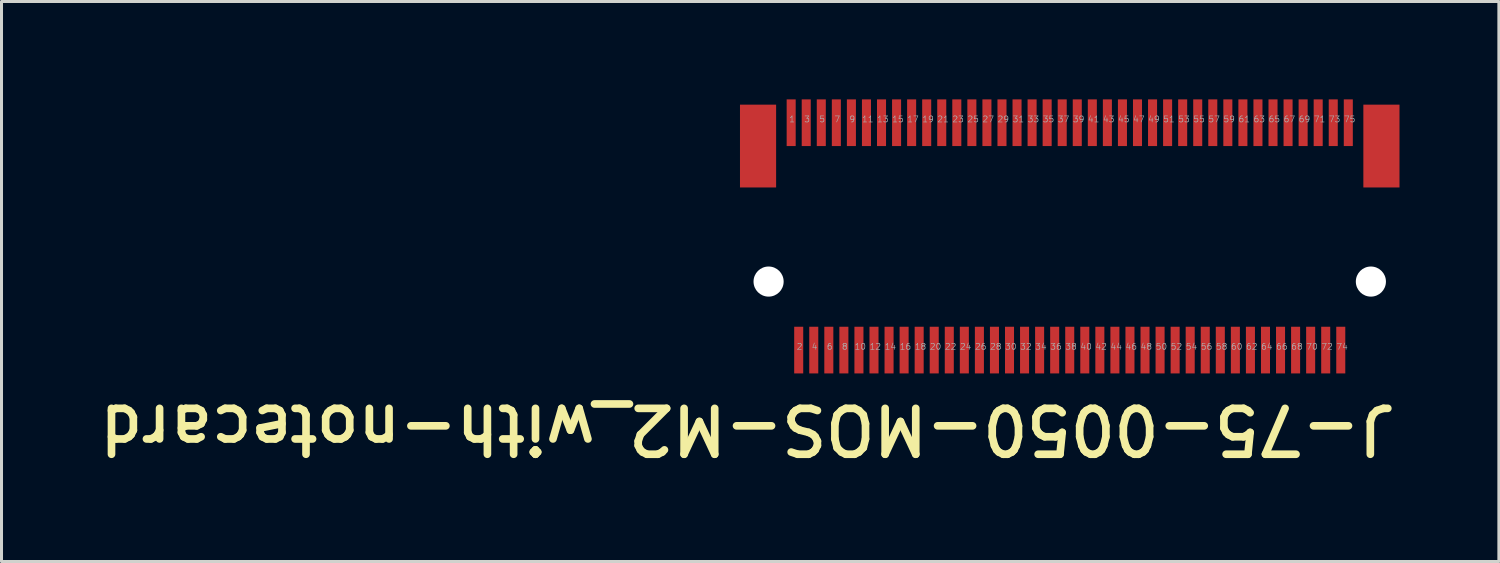
<source format=kicad_pcb>
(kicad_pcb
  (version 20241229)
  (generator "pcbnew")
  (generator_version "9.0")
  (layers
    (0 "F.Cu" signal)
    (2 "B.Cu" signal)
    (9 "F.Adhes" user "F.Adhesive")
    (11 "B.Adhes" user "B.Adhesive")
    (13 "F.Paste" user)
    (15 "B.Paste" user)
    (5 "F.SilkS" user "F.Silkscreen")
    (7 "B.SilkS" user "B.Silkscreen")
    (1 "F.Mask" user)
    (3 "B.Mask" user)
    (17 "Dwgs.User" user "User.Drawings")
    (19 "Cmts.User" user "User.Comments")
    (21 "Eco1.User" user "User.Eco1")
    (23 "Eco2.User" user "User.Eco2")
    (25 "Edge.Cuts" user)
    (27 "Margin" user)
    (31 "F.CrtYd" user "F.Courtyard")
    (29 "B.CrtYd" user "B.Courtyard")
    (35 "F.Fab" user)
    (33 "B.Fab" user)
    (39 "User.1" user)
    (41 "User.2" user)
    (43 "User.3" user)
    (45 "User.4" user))
  (footprint "J-75-0050-MOS-M2_with-notecard"
    (layer "F.Cu")
    (at 32.472 4.8)
    (property "Reference" "J-75-0050-MOS-M2_with-notecard" (at 10.947 5.51 180) (unlocked yes) (layer "F.SilkS") (effects (font (size 1.524 1.524) (thickness 0.254)) (justify left bottom)))
    (fp_poly (pts (xy -11.2 -4.75) (xy 11.2 -4.75) (xy 11.2 4.75) (xy -11.2 4.75)) (stroke (width 0.1) (type default)) (fill no) (layer "User.7"))
    (fp_text user "74" (at 8.84 3.775 0) (unlocked yes) (layer "F.Fab") (effects (font (size 0.2 0.2) (thickness 0.02)) (justify left bottom)))
    (fp_text user "6" (at -8.08 3.775 0) (unlocked yes) (layer "F.Fab") (effects (font (size 0.2 0.2) (thickness 0.02)) (justify left bottom)))
    (fp_text user "9" (at -7.33 -3.775 0) (unlocked yes) (layer "F.Fab") (effects (font (size 0.2 0.2) (thickness 0.02)) (justify left bottom)))
    (fp_text user "58" (at 4.84 3.775 0) (unlocked yes) (layer "F.Fab") (effects (font (size 0.2 0.2) (thickness 0.02)) (justify left bottom)))
    (fp_text user "53" (at 3.59 -3.775 0) (unlocked yes) (layer "F.Fab") (effects (font (size 0.2 0.2) (thickness 0.02)) (justify left bottom)))
    (fp_text user "62" (at 5.84 3.775 0) (unlocked yes) (layer "F.Fab") (effects (font (size 0.2 0.2) (thickness 0.02)) (justify left bottom)))
    (fp_text user "20" (at -4.66 3.775 0) (unlocked yes) (layer "F.Fab") (effects (font (size 0.2 0.2) (thickness 0.02)) (justify left bottom)))
    (fp_text user "64" (at 6.34 3.775 0) (unlocked yes) (layer "F.Fab") (effects (font (size 0.2 0.2) (thickness 0.02)) (justify left bottom)))
    (fp_text user "17" (at -5.41 -3.775 0) (unlocked yes) (layer "F.Fab") (effects (font (size 0.2 0.2) (thickness 0.02)) (justify left bottom)))
    (fp_text user "48" (at 2.34 3.775 0) (unlocked yes) (layer "F.Fab") (effects (font (size 0.2 0.2) (thickness 0.02)) (justify left bottom)))
    (fp_text user "54" (at 3.84 3.775 0) (unlocked yes) (layer "F.Fab") (effects (font (size 0.2 0.2) (thickness 0.02)) (justify left bottom)))
    (fp_text user "67" (at 7.09 -3.775 0) (unlocked yes) (layer "F.Fab") (effects (font (size 0.2 0.2) (thickness 0.02)) (justify left bottom)))
    (fp_text user "16" (at -5.66 3.775 0) (unlocked yes) (layer "F.Fab") (effects (font (size 0.2 0.2) (thickness 0.02)) (justify left bottom)))
    (fp_text user "69" (at 7.59 -3.775 0) (unlocked yes) (layer "F.Fab") (effects (font (size 0.2 0.2) (thickness 0.02)) (justify left bottom)))
    (fp_text user "60" (at 5.34 3.775 0) (unlocked yes) (layer "F.Fab") (effects (font (size 0.2 0.2) (thickness 0.02)) (justify left bottom)))
    (fp_text user "44" (at 1.34 3.775 0) (unlocked yes) (layer "F.Fab") (effects (font (size 0.2 0.2) (thickness 0.02)) (justify left bottom)))
    (fp_text user "46" (at 1.84 3.775 0) (unlocked yes) (layer "F.Fab") (effects (font (size 0.2 0.2) (thickness 0.02)) (justify left bottom)))
    (fp_text user "15" (at -5.91 -3.775 0) (unlocked yes) (layer "F.Fab") (effects (font (size 0.2 0.2) (thickness 0.02)) (justify left bottom)))
    (fp_text user "49" (at 2.59 -3.775 0) (unlocked yes) (layer "F.Fab") (effects (font (size 0.2 0.2) (thickness 0.02)) (justify left bottom)))
    (fp_text user "19" (at -4.91 -3.775 0) (unlocked yes) (layer "F.Fab") (effects (font (size 0.2 0.2) (thickness 0.02)) (justify left bottom)))
    (fp_text user "30" (at -2.16 3.775 0) (unlocked yes) (layer "F.Fab") (effects (font (size 0.2 0.2) (thickness 0.02)) (justify left bottom)))
    (fp_text user "3" (at -8.83 -3.775 0) (unlocked yes) (layer "F.Fab") (effects (font (size 0.2 0.2) (thickness 0.02)) (justify left bottom)))
    (fp_text user "57" (at 4.59 -3.775 0) (unlocked yes) (layer "F.Fab") (effects (font (size 0.2 0.2) (thickness 0.02)) (justify left bottom)))
    (fp_text user "65" (at 6.59 -3.775 0) (unlocked yes) (layer "F.Fab") (effects (font (size 0.2 0.2) (thickness 0.02)) (justify left bottom)))
    (fp_text user "68" (at 7.34 3.775 0) (unlocked yes) (layer "F.Fab") (effects (font (size 0.2 0.2) (thickness 0.02)) (justify left bottom)))
    (fp_text user "47" (at 2.09 -3.775 0) (unlocked yes) (layer "F.Fab") (effects (font (size 0.2 0.2) (thickness 0.02)) (justify left bottom)))
    (fp_text user "38" (at -0.16 3.775 0) (unlocked yes) (layer "F.Fab") (effects (font (size 0.2 0.2) (thickness 0.02)) (justify left bottom)))
    (fp_text user "18" (at -5.16 3.775 0) (unlocked yes) (layer "F.Fab") (effects (font (size 0.2 0.2) (thickness 0.02)) (justify left bottom)))
    (fp_text user "66" (at 6.84 3.775 0) (unlocked yes) (layer "F.Fab") (effects (font (size 0.2 0.2) (thickness 0.02)) (justify left bottom)))
    (fp_text user "36" (at -0.66 3.775 0) (unlocked yes) (layer "F.Fab") (effects (font (size 0.2 0.2) (thickness 0.02)) (justify left bottom)))
    (fp_text user "32" (at -1.66 3.775 0) (unlocked yes) (layer "F.Fab") (effects (font (size 0.2 0.2) (thickness 0.02)) (justify left bottom)))
    (fp_text user "52" (at 3.34 3.775 0) (unlocked yes) (layer "F.Fab") (effects (font (size 0.2 0.2) (thickness 0.02)) (justify left bottom)))
    (fp_text user "72" (at 8.34 3.775 0) (unlocked yes) (layer "F.Fab") (effects (font (size 0.2 0.2) (thickness 0.02)) (justify left bottom)))
    (fp_text user "50" (at 2.84 3.775 0) (unlocked yes) (layer "F.Fab") (effects (font (size 0.2 0.2) (thickness 0.02)) (justify left bottom)))
    (fp_text user "55" (at 4.09 -3.775 0) (unlocked yes) (layer "F.Fab") (effects (font (size 0.2 0.2) (thickness 0.02)) (justify left bottom)))
    (fp_text user "11" (at -6.91 -3.775 0) (unlocked yes) (layer "F.Fab") (effects (font (size 0.2 0.2) (thickness 0.02)) (justify left bottom)))
    (fp_text user "63" (at 6.09 -3.775 0) (unlocked yes) (layer "F.Fab") (effects (font (size 0.2 0.2) (thickness 0.02)) (justify left bottom)))
    (fp_text user "13" (at -6.41 -3.775 0) (unlocked yes) (layer "F.Fab") (effects (font (size 0.2 0.2) (thickness 0.02)) (justify left bottom)))
    (fp_text user "23" (at -3.91 -3.775 0) (unlocked yes) (layer "F.Fab") (effects (font (size 0.2 0.2) (thickness 0.02)) (justify left bottom)))
    (fp_text user "41" (at 0.59 -3.775 0) (unlocked yes) (layer "F.Fab") (effects (font (size 0.2 0.2) (thickness 0.02)) (justify left bottom)))
    (fp_text user "4" (at -8.58 3.775 0) (unlocked yes) (layer "F.Fab") (effects (font (size 0.2 0.2) (thickness 0.02)) (justify left bottom)))
    (fp_text user "7" (at -7.83 -3.775 0) (unlocked yes) (layer "F.Fab") (effects (font (size 0.2 0.2) (thickness 0.02)) (justify left bottom)))
    (fp_text user "27" (at -2.91 -3.775 0) (unlocked yes) (layer "F.Fab") (effects (font (size 0.2 0.2) (thickness 0.02)) (justify left bottom)))
    (fp_text user "33" (at -1.41 -3.775 0) (unlocked yes) (layer "F.Fab") (effects (font (size 0.2 0.2) (thickness 0.02)) (justify left bottom)))
    (fp_text user "12" (at -6.66 3.775 0) (unlocked yes) (layer "F.Fab") (effects (font (size 0.2 0.2) (thickness 0.02)) (justify left bottom)))
    (fp_text user "40" (at 0.34 3.775 0) (unlocked yes) (layer "F.Fab") (effects (font (size 0.2 0.2) (thickness 0.02)) (justify left bottom)))
    (fp_text user "26" (at -3.16 3.775 0) (unlocked yes) (layer "F.Fab") (effects (font (size 0.2 0.2) (thickness 0.02)) (justify left bottom)))
    (fp_text user "51" (at 3.09 -3.775 0) (unlocked yes) (layer "F.Fab") (effects (font (size 0.2 0.2) (thickness 0.02)) (justify left bottom)))
    (fp_text user "1" (at -9.33 -3.775 0) (unlocked yes) (layer "F.Fab") (effects (font (size 0.2 0.2) (thickness 0.02)) (justify left bottom)))
    (fp_text user "73" (at 8.59 -3.775 0) (unlocked yes) (layer "F.Fab") (effects (font (size 0.2 0.2) (thickness 0.02)) (justify left bottom)))
    (fp_text user "21" (at -4.41 -3.775 0) (unlocked yes) (layer "F.Fab") (effects (font (size 0.2 0.2) (thickness 0.02)) (justify left bottom)))
    (fp_text user "59" (at 5.09 -3.775 0) (unlocked yes) (layer "F.Fab") (effects (font (size 0.2 0.2) (thickness 0.02)) (justify left bottom)))
    (fp_text user "70" (at 7.84 3.775 0) (unlocked yes) (layer "F.Fab") (effects (font (size 0.2 0.2) (thickness 0.02)) (justify left bottom)))
    (fp_text user "5" (at -8.33 -3.775 0) (unlocked yes) (layer "F.Fab") (effects (font (size 0.2 0.2) (thickness 0.02)) (justify left bottom)))
    (fp_text user "43" (at 1.09 -3.775 0) (unlocked yes) (layer "F.Fab") (effects (font (size 0.2 0.2) (thickness 0.02)) (justify left bottom)))
    (fp_text user "39" (at 0.09 -3.775 0) (unlocked yes) (layer "F.Fab") (effects (font (size 0.2 0.2) (thickness 0.02)) (justify left bottom)))
    (fp_text user "75" (at 9.09 -3.775 0) (unlocked yes) (layer "F.Fab") (effects (font (size 0.2 0.2) (thickness 0.02)) (justify left bottom)))
    (fp_text user "10" (at -7.16 3.775 0) (unlocked yes) (layer "F.Fab") (effects (font (size 0.2 0.2) (thickness 0.02)) (justify left bottom)))
    (fp_text user "61" (at 5.59 -3.775 0) (unlocked yes) (layer "F.Fab") (effects (font (size 0.2 0.2) (thickness 0.02)) (justify left bottom)))
    (fp_text user "14" (at -6.16 3.775 0) (unlocked yes) (layer "F.Fab") (effects (font (size 0.2 0.2) (thickness 0.02)) (justify left bottom)))
    (fp_text user "45" (at 1.59 -3.775 0) (unlocked yes) (layer "F.Fab") (effects (font (size 0.2 0.2) (thickness 0.02)) (justify left bottom)))
    (fp_text user "56" (at 4.34 3.775 0) (unlocked yes) (layer "F.Fab") (effects (font (size 0.2 0.2) (thickness 0.02)) (justify left bottom)))
    (fp_text user "37" (at -0.41 -3.775 0) (unlocked yes) (layer "F.Fab") (effects (font (size 0.2 0.2) (thickness 0.02)) (justify left bottom)))
    (fp_text user "71" (at 8.09 -3.775 0) (unlocked yes) (layer "F.Fab") (effects (font (size 0.2 0.2) (thickness 0.02)) (justify left bottom)))
    (fp_text user "28" (at -2.66 3.775 0) (unlocked yes) (layer "F.Fab") (effects (font (size 0.2 0.2) (thickness 0.02)) (justify left bottom)))
    (fp_text user "31" (at -1.91 -3.775 0) (unlocked yes) (layer "F.Fab") (effects (font (size 0.2 0.2) (thickness 0.02)) (justify left bottom)))
    (fp_text user "25" (at -3.41 -3.775 0) (unlocked yes) (layer "F.Fab") (effects (font (size 0.2 0.2) (thickness 0.02)) (justify left bottom)))
    (fp_text user "22" (at -4.16 3.775 0) (unlocked yes) (layer "F.Fab") (effects (font (size 0.2 0.2) (thickness 0.02)) (justify left bottom)))
    (fp_text user "2" (at -9.08 3.775 0) (unlocked yes) (layer "F.Fab") (effects (font (size 0.2 0.2) (thickness 0.02)) (justify left bottom)))
    (fp_text user "8" (at -7.58 3.775 0) (unlocked yes) (layer "F.Fab") (effects (font (size 0.2 0.2) (thickness 0.02)) (justify left bottom)))
    (fp_text user "29" (at -2.41 -3.775 0) (unlocked yes) (layer "F.Fab") (effects (font (size 0.2 0.2) (thickness 0.02)) (justify left bottom)))
    (fp_text user "42" (at 0.84 3.775 0) (unlocked yes) (layer "F.Fab") (effects (font (size 0.2 0.2) (thickness 0.02)) (justify left bottom)))
    (fp_text user "24" (at -3.66 3.775 0) (unlocked yes) (layer "F.Fab") (effects (font (size 0.2 0.2) (thickness 0.02)) (justify left bottom)))
    (fp_text user "35" (at -0.91 -3.775 0) (unlocked yes) (layer "F.Fab") (effects (font (size 0.2 0.2) (thickness 0.02)) (justify left bottom)))
    (fp_text user "34" (at -1.16 3.775 0) (unlocked yes) (layer "F.Fab") (effects (font (size 0.2 0.2) (thickness 0.02)) (justify left bottom)))
    (pad "" smd rect (at -10.35 -3) (size 1.2 2.75) (layers "F.Cu" "F.Mask" "F.Paste"))
    (pad "" np_thru_hole circle (at -10 1.5) (size 1 1) (drill 1.1) (layers "*.Cu" "*.Mask"))
    (pad "" np_thru_hole circle (at 10 1.5) (size 1 1) (drill 1.6) (layers "*.Cu" "*.Mask"))
    (pad "" smd rect (at 10.35 -3) (size 1.2 2.75) (layers "F.Cu" "F.Mask" "F.Paste"))
    (pad "1" smd rect (at -9.25 -3.775) (size 0.3 1.55) (layers "F.Cu" "F.Mask" "F.Paste"))
    (pad "2" smd rect (at -9 3.775) (size 0.3 1.55) (layers "F.Cu" "F.Mask" "F.Paste"))
    (pad "3" smd rect (at -8.75 -3.775) (size 0.3 1.55) (layers "F.Cu" "F.Mask" "F.Paste"))
    (pad "4" smd rect (at -8.5 3.775) (size 0.3 1.55) (layers "F.Cu" "F.Mask" "F.Paste"))
    (pad "5" smd rect (at -8.25 -3.775) (size 0.3 1.55) (layers "F.Cu" "F.Mask" "F.Paste"))
    (pad "6" smd rect (at -8 3.775) (size 0.3 1.55) (layers "F.Cu" "F.Mask" "F.Paste"))
    (pad "7" smd rect (at -7.75 -3.775) (size 0.3 1.55) (layers "F.Cu" "F.Mask" "F.Paste"))
    (pad "8" smd rect (at -7.5 3.775) (size 0.3 1.55) (layers "F.Cu" "F.Mask" "F.Paste"))
    (pad "9" smd rect (at -7.25 -3.775) (size 0.3 1.55) (layers "F.Cu" "F.Mask" "F.Paste"))
    (pad "10" smd rect (at -7 3.775) (size 0.3 1.55) (layers "F.Cu" "F.Mask" "F.Paste"))
    (pad "11" smd rect (at -6.75 -3.775) (size 0.3 1.55) (layers "F.Cu" "F.Mask" "F.Paste"))
    (pad "12" smd rect (at -6.5 3.775) (size 0.3 1.55) (layers "F.Cu" "F.Mask" "F.Paste"))
    (pad "13" smd rect (at -6.25 -3.775) (size 0.3 1.55) (layers "F.Cu" "F.Mask" "F.Paste"))
    (pad "14" smd rect (at -6 3.775) (size 0.3 1.55) (layers "F.Cu" "F.Mask" "F.Paste"))
    (pad "15" smd rect (at -5.75 -3.775) (size 0.3 1.55) (layers "F.Cu" "F.Mask" "F.Paste"))
    (pad "16" smd rect (at -5.5 3.775) (size 0.3 1.55) (layers "F.Cu" "F.Mask" "F.Paste"))
    (pad "17" smd rect (at -5.25 -3.775) (size 0.3 1.55) (layers "F.Cu" "F.Mask" "F.Paste"))
    (pad "18" smd rect (at -5 3.775) (size 0.3 1.55) (layers "F.Cu" "F.Mask" "F.Paste"))
    (pad "19" smd rect (at -4.75 -3.775) (size 0.3 1.55) (layers "F.Cu" "F.Mask" "F.Paste"))
    (pad "20" smd rect (at -4.5 3.775) (size 0.3 1.55) (layers "F.Cu" "F.Mask" "F.Paste"))
    (pad "21" smd rect (at -4.25 -3.775) (size 0.3 1.55) (layers "F.Cu" "F.Mask" "F.Paste"))
    (pad "22" smd rect (at -4 3.775) (size 0.3 1.55) (layers "F.Cu" "F.Mask" "F.Paste"))
    (pad "23" smd rect (at -3.75 -3.775) (size 0.3 1.55) (layers "F.Cu" "F.Mask" "F.Paste"))
    (pad "24" smd rect (at -3.5 3.775) (size 0.3 1.55) (layers "F.Cu" "F.Mask" "F.Paste"))
    (pad "25" smd rect (at -3.25 -3.775) (size 0.3 1.55) (layers "F.Cu" "F.Mask" "F.Paste"))
    (pad "26" smd rect (at -3 3.775) (size 0.3 1.55) (layers "F.Cu" "F.Mask" "F.Paste"))
    (pad "27" smd rect (at -2.75 -3.775) (size 0.3 1.55) (layers "F.Cu" "F.Mask" "F.Paste"))
    (pad "28" smd rect (at -2.5 3.775) (size 0.3 1.55) (layers "F.Cu" "F.Mask" "F.Paste"))
    (pad "29" smd rect (at -2.25 -3.775) (size 0.3 1.55) (layers "F.Cu" "F.Mask" "F.Paste"))
    (pad "30" smd rect (at -2 3.775) (size 0.3 1.55) (layers "F.Cu" "F.Mask" "F.Paste"))
    (pad "31" smd rect (at -1.75 -3.775) (size 0.3 1.55) (layers "F.Cu" "F.Mask" "F.Paste"))
    (pad "32" smd rect (at -1.5 3.775) (size 0.3 1.55) (layers "F.Cu" "F.Mask" "F.Paste"))
    (pad "33" smd rect (at -1.25 -3.775) (size 0.3 1.55) (layers "F.Cu" "F.Mask" "F.Paste"))
    (pad "34" smd rect (at -1 3.775) (size 0.3 1.55) (layers "F.Cu" "F.Mask" "F.Paste"))
    (pad "35" smd rect (at -0.75 -3.775) (size 0.3 1.55) (layers "F.Cu" "F.Mask" "F.Paste"))
    (pad "36" smd rect (at -0.5 3.775) (size 0.3 1.55) (layers "F.Cu" "F.Mask" "F.Paste"))
    (pad "37" smd rect (at -0.25 -3.775) (size 0.3 1.55) (layers "F.Cu" "F.Mask" "F.Paste"))
    (pad "38" smd rect (at 0 3.775) (size 0.3 1.55) (layers "F.Cu" "F.Mask" "F.Paste"))
    (pad "39" smd rect (at 0.25 -3.775) (size 0.3 1.55) (layers "F.Cu" "F.Mask" "F.Paste"))
    (pad "40" smd rect (at 0.5 3.775) (size 0.3 1.55) (layers "F.Cu" "F.Mask" "F.Paste"))
    (pad "41" smd rect (at 0.75 -3.775) (size 0.3 1.55) (layers "F.Cu" "F.Mask" "F.Paste"))
    (pad "42" smd rect (at 1 3.775) (size 0.3 1.55) (layers "F.Cu" "F.Mask" "F.Paste"))
    (pad "43" smd rect (at 1.25 -3.775) (size 0.3 1.55) (layers "F.Cu" "F.Mask" "F.Paste"))
    (pad "44" smd rect (at 1.5 3.775) (size 0.3 1.55) (layers "F.Cu" "F.Mask" "F.Paste"))
    (pad "45" smd rect (at 1.75 -3.775) (size 0.3 1.55) (layers "F.Cu" "F.Mask" "F.Paste"))
    (pad "46" smd rect (at 2 3.775) (size 0.3 1.55) (layers "F.Cu" "F.Mask" "F.Paste"))
    (pad "47" smd rect (at 2.25 -3.775) (size 0.3 1.55) (layers "F.Cu" "F.Mask" "F.Paste"))
    (pad "48" smd rect (at 2.5 3.775) (size 0.3 1.55) (layers "F.Cu" "F.Mask" "F.Paste"))
    (pad "49" smd rect (at 2.75 -3.775) (size 0.3 1.55) (layers "F.Cu" "F.Mask" "F.Paste"))
    (pad "50" smd rect (at 3 3.775) (size 0.3 1.55) (layers "F.Cu" "F.Mask" "F.Paste"))
    (pad "51" smd rect (at 3.25 -3.775) (size 0.3 1.55) (layers "F.Cu" "F.Mask" "F.Paste"))
    (pad "52" smd rect (at 3.5 3.775) (size 0.3 1.55) (layers "F.Cu" "F.Mask" "F.Paste"))
    (pad "53" smd rect (at 3.75 -3.775) (size 0.3 1.55) (layers "F.Cu" "F.Mask" "F.Paste"))
    (pad "54" smd rect (at 4 3.775) (size 0.3 1.55) (layers "F.Cu" "F.Mask" "F.Paste"))
    (pad "55" smd rect (at 4.25 -3.775) (size 0.3 1.55) (layers "F.Cu" "F.Mask" "F.Paste"))
    (pad "56" smd rect (at 4.5 3.775) (size 0.3 1.55) (layers "F.Cu" "F.Mask" "F.Paste"))
    (pad "57" smd rect (at 4.75 -3.775) (size 0.3 1.55) (layers "F.Cu" "F.Mask" "F.Paste"))
    (pad "58" smd rect (at 5 3.775) (size 0.3 1.55) (layers "F.Cu" "F.Mask" "F.Paste"))
    (pad "59" smd rect (at 5.25 -3.775) (size 0.3 1.55) (layers "F.Cu" "F.Mask" "F.Paste"))
    (pad "60" smd rect (at 5.5 3.775) (size 0.3 1.55) (layers "F.Cu" "F.Mask" "F.Paste"))
    (pad "61" smd rect (at 5.75 -3.775) (size 0.3 1.55) (layers "F.Cu" "F.Mask" "F.Paste"))
    (pad "62" smd rect (at 6 3.775) (size 0.3 1.55) (layers "F.Cu" "F.Mask" "F.Paste"))
    (pad "63" smd rect (at 6.25 -3.775) (size 0.3 1.55) (layers "F.Cu" "F.Mask" "F.Paste"))
    (pad "64" smd rect (at 6.5 3.775) (size 0.3 1.55) (layers "F.Cu" "F.Mask" "F.Paste"))
    (pad "65" smd rect (at 6.75 -3.775) (size 0.3 1.55) (layers "F.Cu" "F.Mask" "F.Paste"))
    (pad "66" smd rect (at 7 3.775) (size 0.3 1.55) (layers "F.Cu" "F.Mask" "F.Paste"))
    (pad "67" smd rect (at 7.25 -3.775) (size 0.3 1.55) (layers "F.Cu" "F.Mask" "F.Paste"))
    (pad "68" smd rect (at 7.5 3.775) (size 0.3 1.55) (layers "F.Cu" "F.Mask" "F.Paste"))
    (pad "69" smd rect (at 7.75 -3.775) (size 0.3 1.55) (layers "F.Cu" "F.Mask" "F.Paste"))
    (pad "70" smd rect (at 8 3.775) (size 0.3 1.55) (layers "F.Cu" "F.Mask" "F.Paste"))
    (pad "71" smd rect (at 8.25 -3.775) (size 0.3 1.55) (layers "F.Cu" "F.Mask" "F.Paste"))
    (pad "72" smd rect (at 8.5 3.775) (size 0.3 1.55) (layers "F.Cu" "F.Mask" "F.Paste"))
    (pad "73" smd rect (at 8.75 -3.775) (size 0.3 1.55) (layers "F.Cu" "F.Mask" "F.Paste"))
    (pad "74" smd rect (at 9 3.775) (size 0.3 1.55) (layers "F.Cu" "F.Mask" "F.Paste"))
    (pad "75" smd rect (at 9.25 -3.775) (size 0.3 1.55) (layers "F.Cu" "F.Mask" "F.Paste"))
    (zone (net_name "") (layer "Eco1.User") (hatch edge 0.5) (connect_pads) (min_thickness 0.25) (filled_areas_thickness no) (keepout (tracks not_allowed) (vias not_allowed) (pads not_allowed) (copperpour not_allowed) (footprints allowed)) (placement (enabled no)) (fill) (polygon (pts (xy 21.472 9.35) (xy 21.472 0.25) (xy 43.472 0.25) (xy 43.472 9.35)))))
  (gr_rect
    (start -3 -3)
    (end 46.722 15.596)
    (stroke (width 0.1) (type default))
    (fill no)
    (layer "Edge.Cuts")))
</source>
